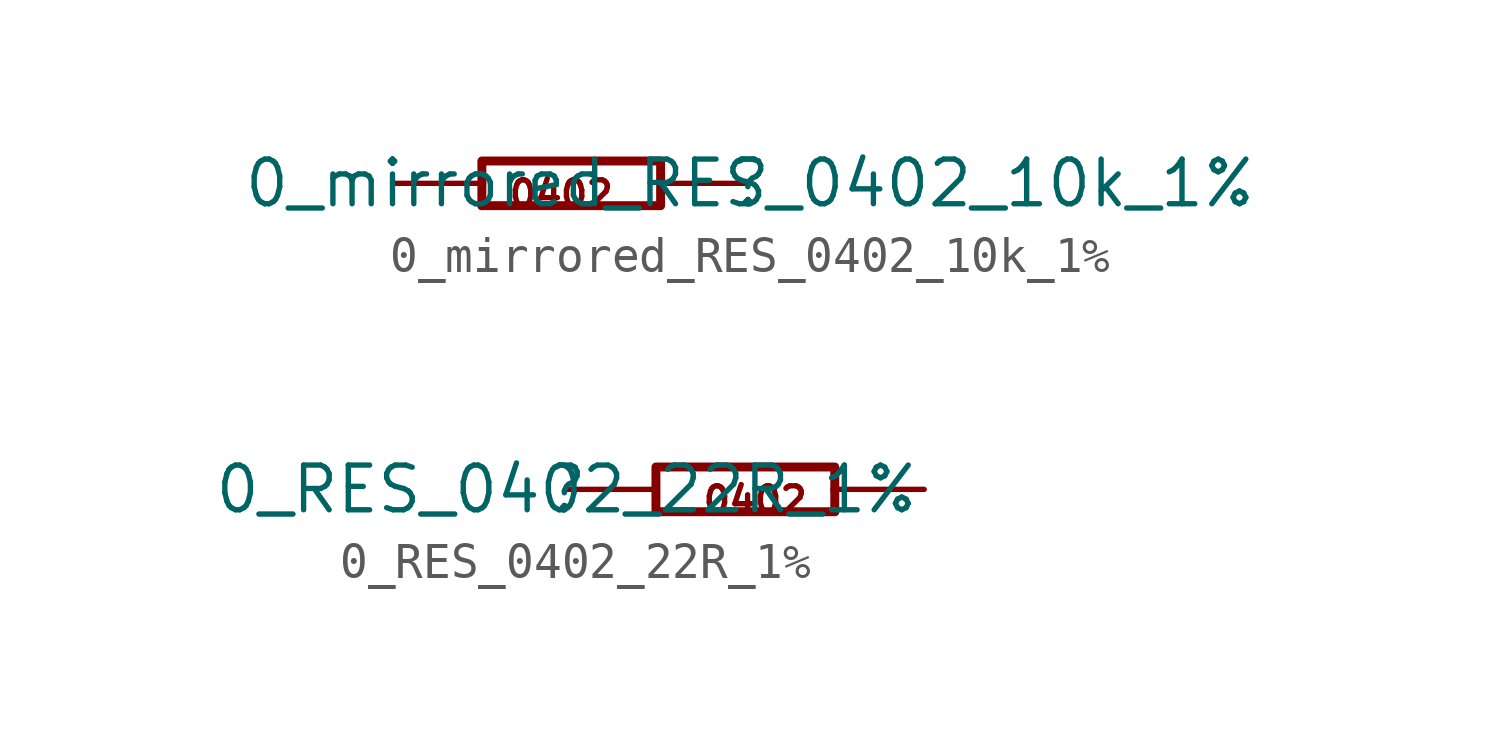
<source format=kicad_sym>
(kicad_symbol_lib
  (version 20211014)
  (generator kicad_symbol_editor)
  (symbol "0_mirrored_RES_0402_10k_1%"
    (property "Reference" ""
      (at 0 0 0)
      (effects (font (size 1.27 1.27))))
    (property "Value" "0_mirrored_RES_0402_10k_1%"
      (at 0 0 0)
      (effects (font (size 1.27 1.27))))
    (symbol "0_mirrored_RES_0402_10k_1%_1_0"
      (polyline (pts (xy -7.62 -0.635) (xy -7.62 0)) (stroke (width 0.254) (type default) (color 0 0 0 0)) (fill (type none)))
      (polyline (pts (xy -7.62 0) (xy -7.62 0.635) (xy -2.54 0.635) (xy -2.54 -0.635) (xy -7.62 -0.635)) (stroke (width 0.254) (type default) (color 0 0 0 0)) (fill (type none)))
      (text "0402" (at -3.81 -0.762 0) (effects (font (size 0.762 0.762)) (justify right bottom)))
      (pin passive line (at 0 0 180) (length 2.54) (name "1" (effects (font (size 0 0)))) (number "1" (effects (font (size 0 0)))))
      (pin passive line (at -10.16 0 0) (length 2.54) (name "2" (effects (font (size 0 0)))) (number "2" (effects (font (size 0 0)))))))
  (symbol "0_RES_0402_22R_1%"
    (property "Reference" ""
      (at 0 0 0)
      (effects (font (size 1.27 1.27))))
    (property "Value" "0_RES_0402_22R_1%"
      (at 0 0 0)
      (effects (font (size 1.27 1.27))))
    (symbol "0_RES_0402_22R_1%_1_0"
      (polyline (pts (xy 7.62 -0.635) (xy 7.62 0)) (stroke (width 0.254) (type default) (color 0 0 0 0)) (fill (type none)))
      (polyline (pts (xy 7.62 0) (xy 7.62 0.635) (xy 2.54 0.635) (xy 2.54 -0.635) (xy 7.62 -0.635)) (stroke (width 0.254) (type default) (color 0 0 0 0)) (fill (type none)))
      (text "0402" (at 3.81 -0.762 0) (effects (font (size 0.762 0.762)) (justify left bottom)))
      (pin passive line (at 0 0 0) (length 2.54) (name "1" (effects (font (size 0 0)))) (number "1" (effects (font (size 0 0)))))
      (pin passive line (at 10.16 0 180) (length 2.54) (name "2" (effects (font (size 0 0)))) (number "2" (effects (font (size 0 0))))))))
</source>
